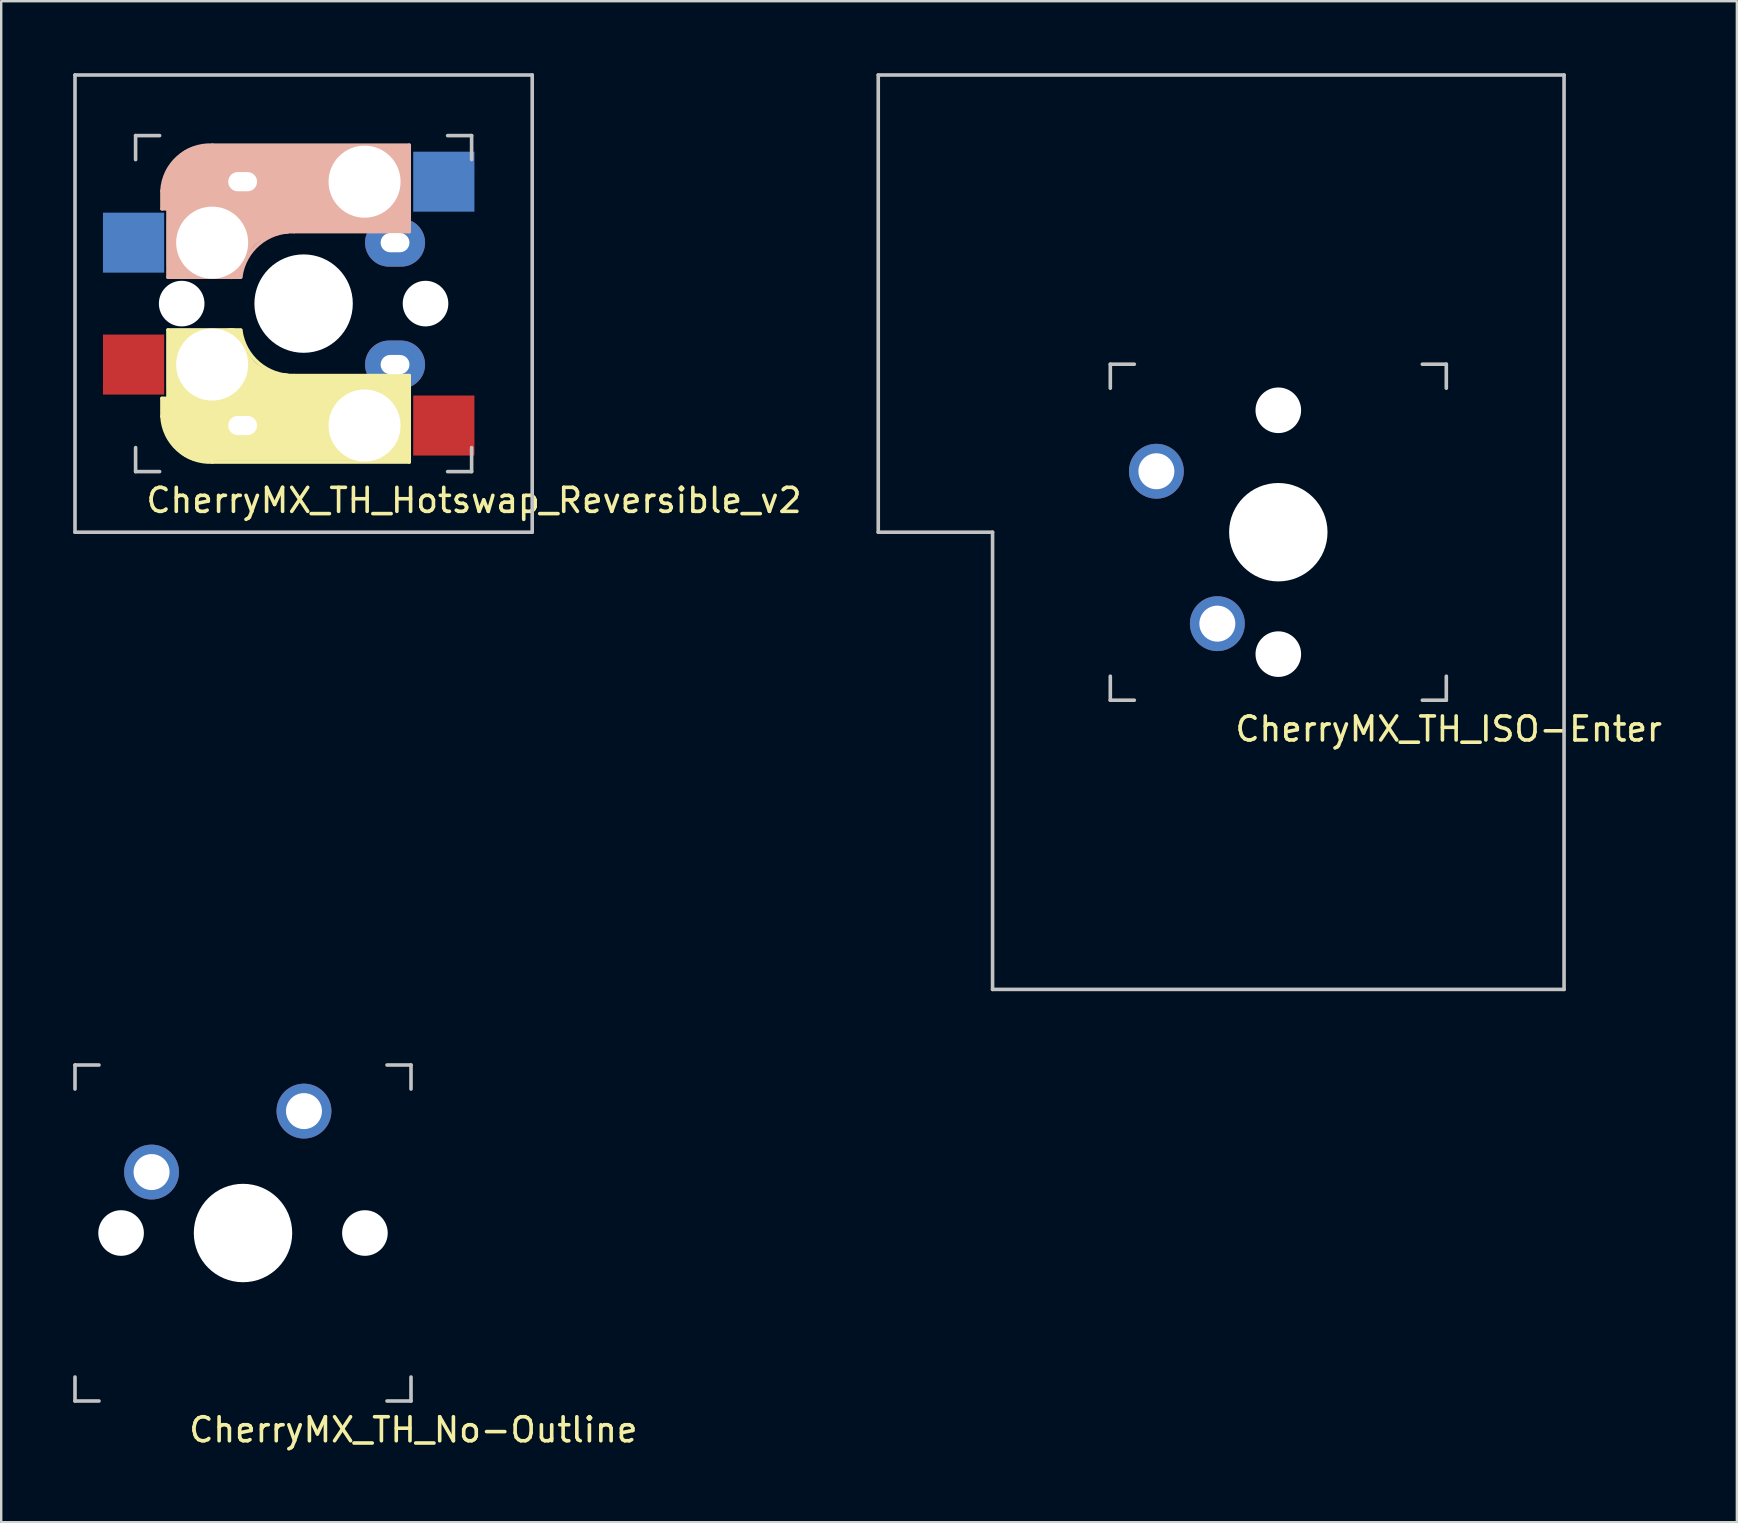
<source format=kicad_pcb>
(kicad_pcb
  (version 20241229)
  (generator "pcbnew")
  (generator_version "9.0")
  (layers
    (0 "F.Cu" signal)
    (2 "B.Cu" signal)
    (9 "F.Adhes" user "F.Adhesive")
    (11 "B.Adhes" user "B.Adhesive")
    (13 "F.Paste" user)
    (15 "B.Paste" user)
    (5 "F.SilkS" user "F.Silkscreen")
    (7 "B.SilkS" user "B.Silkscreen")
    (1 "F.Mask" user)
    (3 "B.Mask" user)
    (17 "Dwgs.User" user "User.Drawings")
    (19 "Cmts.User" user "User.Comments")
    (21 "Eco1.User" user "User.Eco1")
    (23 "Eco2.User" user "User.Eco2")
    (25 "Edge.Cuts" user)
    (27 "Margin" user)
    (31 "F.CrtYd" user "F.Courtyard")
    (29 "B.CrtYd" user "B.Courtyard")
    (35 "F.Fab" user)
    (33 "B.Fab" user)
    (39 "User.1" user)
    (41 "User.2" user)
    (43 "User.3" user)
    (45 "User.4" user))
  (footprint "CherryMX_TH_Hotswap_Reversible_v2"
    (layer "F.Cu")
    (at 9.6 9.6)
    (property "Reference" "CherryMX_TH_Hotswap_Reversible_v2" (at 7.1 8.2 0) (layer "F.SilkS") (effects (font (size 1 1) (thickness 0.15))))
    (attr through_hole)
    (fp_line (start -5.9 3.95) (end -5.7 3.95) (stroke (width 0.15) (type solid)) (layer "F.SilkS"))
    (fp_line (start -5.9 4.7) (end -5.9 3.95) (stroke (width 0.15) (type solid)) (layer "F.SilkS"))
    (fp_line (start -5.8 4.05) (end -5.8 4.7) (stroke (width 0.3) (type solid)) (layer "F.SilkS"))
    (fp_line (start -5.65 1.1) (end -2.62 1.1) (stroke (width 0.15) (type solid)) (layer "F.SilkS"))
    (fp_line (start -5.65 5.55) (end -5.65 1.1) (stroke (width 0.15) (type solid)) (layer "F.SilkS"))
    (fp_line (start -5.45 1.3) (end -3 1.3) (stroke (width 0.5) (type solid)) (layer "F.SilkS"))
    (fp_line (start -5.3 1.6) (end -5.3 3.4) (stroke (width 0.8) (type solid)) (layer "F.SilkS"))
    (fp_line (start -4.17 5.1) (end -4.17 2.86) (stroke (width 3) (type solid)) (layer "F.SilkS"))
    (fp_line (start -0.4 3) (end 4.4 3) (stroke (width 0.15) (type solid)) (layer "F.SilkS"))
    (fp_line (start 2.6 4.8) (end -4.1 4.8) (stroke (width 3.5) (type solid)) (layer "F.SilkS"))
    (fp_line (start 3.9 6) (end 3.9 3.5) (stroke (width 1) (type solid)) (layer "F.SilkS"))
    (fp_line (start 4.2 3.25) (end 2.9 3.3) (stroke (width 0.5) (type solid)) (layer "F.SilkS"))
    (fp_line (start 4.25 6.4) (end 3 6.4) (stroke (width 0.4) (type solid)) (layer "F.SilkS"))
    (fp_line (start 4.38 4) (end 4.38 6.25) (stroke (width 0.15) (type solid)) (layer "F.SilkS"))
    (fp_line (start 4.4 3) (end 4.4 6.6) (stroke (width 0.15) (type solid)) (layer "F.SilkS"))
    (fp_line (start 4.4 6.6) (end -3.8 6.6) (stroke (width 0.15) (type solid)) (layer "F.SilkS"))
    (fp_arc (start -3.800001 6.6) (mid -5.243504 6.084924) (end -5.9 4.699999) (stroke (width 0.15) (type solid)) (layer "F.SilkS"))
    (fp_arc (start -0.8 3.4) (mid -2.268709 2.886118) (end -3.016318 1.521471) (stroke (width 1) (type solid)) (layer "F.SilkS"))
    (fp_arc (start -0.4 3) (mid -1.868709 2.486118) (end -2.616318 1.121471) (stroke (width 0.15) (type solid)) (layer "F.SilkS"))
    (fp_line (start -5.9 -4.7) (end -5.9 -3.95) (stroke (width 0.15) (type solid)) (layer "B.SilkS"))
    (fp_line (start -5.9 -3.95) (end -5.7 -3.95) (stroke (width 0.15) (type solid)) (layer "B.SilkS"))
    (fp_line (start -5.8 -4.05) (end -5.8 -4.7) (stroke (width 0.3) (type solid)) (layer "B.SilkS"))
    (fp_line (start -5.65 -5.55) (end -5.65 -1.1) (stroke (width 0.15) (type solid)) (layer "B.SilkS"))
    (fp_line (start -5.65 -1.1) (end -2.62 -1.1) (stroke (width 0.15) (type solid)) (layer "B.SilkS"))
    (fp_line (start -5.45 -1.3) (end -3 -1.3) (stroke (width 0.5) (type solid)) (layer "B.SilkS"))
    (fp_line (start -5.3 -1.6) (end -5.3 -3.4) (stroke (width 0.8) (type solid)) (layer "B.SilkS"))
    (fp_line (start -4.17 -5.1) (end -4.17 -2.86) (stroke (width 3) (type solid)) (layer "B.SilkS"))
    (fp_line (start -0.4 -3) (end 4.4 -3) (stroke (width 0.15) (type solid)) (layer "B.SilkS"))
    (fp_line (start 2.6 -4.8) (end -4.1 -4.8) (stroke (width 3.5) (type solid)) (layer "B.SilkS"))
    (fp_line (start 3.9 -6) (end 3.9 -3.5) (stroke (width 1) (type solid)) (layer "B.SilkS"))
    (fp_line (start 4.2 -3.25) (end 2.9 -3.3) (stroke (width 0.5) (type solid)) (layer "B.SilkS"))
    (fp_line (start 4.25 -6.4) (end 3 -6.4) (stroke (width 0.4) (type solid)) (layer "B.SilkS"))
    (fp_line (start 4.38 -4) (end 4.38 -6.25) (stroke (width 0.15) (type solid)) (layer "B.SilkS"))
    (fp_line (start 4.4 -6.6) (end -3.8 -6.6) (stroke (width 0.15) (type solid)) (layer "B.SilkS"))
    (fp_line (start 4.4 -3) (end 4.4 -6.6) (stroke (width 0.15) (type solid)) (layer "B.SilkS"))
    (fp_arc (start -5.9 -4.699999) (mid -5.243504 -6.084924) (end -3.800001 -6.6) (stroke (width 0.15) (type solid)) (layer "B.SilkS"))
    (fp_arc (start -3.016318 -1.521471) (mid -2.268709 -2.886118) (end -0.8 -3.4) (stroke (width 1) (type solid)) (layer "B.SilkS"))
    (fp_arc (start -2.616318 -1.121471) (mid -1.868709 -2.486118) (end -0.4 -3) (stroke (width 0.15) (type solid)) (layer "B.SilkS"))
    (fp_line (start -9.525 -9.525) (end 9.525 -9.525) (stroke (width 0.15) (type solid)) (layer "Dwgs.User"))
    (fp_line (start -9.525 9.525) (end -9.525 -9.525) (stroke (width 0.15) (type solid)) (layer "Dwgs.User"))
    (fp_line (start -7 -7) (end -6 -7) (stroke (width 0.15) (type solid)) (layer "Dwgs.User"))
    (fp_line (start -7 -6) (end -7 -7) (stroke (width 0.15) (type solid)) (layer "Dwgs.User"))
    (fp_line (start -7 6) (end -7 7) (stroke (width 0.15) (type solid)) (layer "Dwgs.User"))
    (fp_line (start -7 7) (end -6 7) (stroke (width 0.15) (type solid)) (layer "Dwgs.User"))
    (fp_line (start 6 7) (end 7 7) (stroke (width 0.15) (type solid)) (layer "Dwgs.User"))
    (fp_line (start 7 -7) (end 6 -7) (stroke (width 0.15) (type solid)) (layer "Dwgs.User"))
    (fp_line (start 7 -7) (end 7 -6) (stroke (width 0.15) (type solid)) (layer "Dwgs.User"))
    (fp_line (start 7 7) (end 7 6) (stroke (width 0.15) (type solid)) (layer "Dwgs.User"))
    (fp_line (start 9.525 -9.525) (end 9.525 9.525) (stroke (width 0.15) (type solid)) (layer "Dwgs.User"))
    (fp_line (start 9.525 9.525) (end -9.525 9.525) (stroke (width 0.15) (type solid)) (layer "Dwgs.User"))
    (pad "" np_thru_hole circle (at -5.08 0) (size 1.9 1.9) (drill 1.9) (layers "*.Cu" "*.Mask"))
    (pad "" np_thru_hole circle (at -3.81 -2.54) (size 3 3) (drill 3) (layers "*.Cu" "*.Mask"))
    (pad "" np_thru_hole circle (at -3.81 2.54) (size 3 3) (drill 3) (layers "*.Cu" "*.Mask"))
    (pad "" np_thru_hole circle (at 0 0 90) (size 4.1 4.1) (drill 4.1) (layers "*.Cu" "*.Mask"))
    (pad "" np_thru_hole circle (at 2.54 -5.08) (size 3 3) (drill 3) (layers "*.Cu" "*.Mask"))
    (pad "" np_thru_hole circle (at 2.54 5.08) (size 3 3) (drill 3) (layers "*.Cu" "*.Mask"))
    (pad "" np_thru_hole circle (at 5.08 0) (size 1.9 1.9) (drill 1.9) (layers "*.Cu" "*.Mask"))
    (pad "1" smd rect (at -7.085 -2.54 180) (size 2.55 2.5) (layers "B.Cu" "B.Mask" "B.Paste"))
    (pad "1" smd rect (at -7.085 2.54 180) (size 2.55 2.5) (layers "F.Cu" "F.Mask" "F.Paste"))
    (pad "1" thru_hole oval (at -2.54 -5.08) (size 2.5 2) (drill oval 1.2 0.8) (layers "*.Cu" "F.Mask"))
    (pad "1" thru_hole oval (at -2.54 5.08) (size 2.5 2) (drill oval 1.2 0.8) (layers "*.Cu" "B.Mask"))
    (pad "2" thru_hole oval (at 3.81 -2.54) (size 2.5 2) (drill oval 1.2 0.8) (layers "*.Cu" "F.Mask"))
    (pad "2" thru_hole oval (at 3.81 2.54) (size 2.5 2) (drill oval 1.2 0.8) (layers "*.Cu" "B.Mask"))
    (pad "2" smd rect (at 5.842 -5.08 180) (size 2.55 2.5) (layers "B.Cu" "B.Mask" "B.Paste"))
    (pad "2" smd rect (at 5.842 5.08 180) (size 2.55 2.5) (layers "F.Cu" "F.Mask" "F.Paste")))
  (footprint "CherryMX_TH_No-Outline"
    (layer "F.Cu")
    (at 7.075 48.325)
    (property "Reference" "CherryMX_TH_No-Outline" (at 7.1 8.2 0) (layer "F.SilkS") (effects (font (size 1 1) (thickness 0.15))))
    (attr through_hole)
    (fp_line (start -7 -7) (end -6 -7) (stroke (width 0.15) (type solid)) (layer "Dwgs.User"))
    (fp_line (start -7 -6) (end -7 -7) (stroke (width 0.15) (type solid)) (layer "Dwgs.User"))
    (fp_line (start -7 6) (end -7 7) (stroke (width 0.15) (type solid)) (layer "Dwgs.User"))
    (fp_line (start -7 7) (end -6 7) (stroke (width 0.15) (type solid)) (layer "Dwgs.User"))
    (fp_line (start 6 7) (end 7 7) (stroke (width 0.15) (type solid)) (layer "Dwgs.User"))
    (fp_line (start 7 -7) (end 6 -7) (stroke (width 0.15) (type solid)) (layer "Dwgs.User"))
    (fp_line (start 7 -7) (end 7 -6) (stroke (width 0.15) (type solid)) (layer "Dwgs.User"))
    (fp_line (start 7 7) (end 7 6) (stroke (width 0.15) (type solid)) (layer "Dwgs.User"))
    (pad "" np_thru_hole circle (at -5.08 0) (size 1.9 1.9) (drill 1.9) (layers "*.Cu" "*.Mask"))
    (pad "" np_thru_hole circle (at 0 0 90) (size 4.1 4.1) (drill 4.1) (layers "*.Cu" "*.Mask"))
    (pad "" np_thru_hole circle (at 5.08 0) (size 1.9 1.9) (drill 1.9) (layers "*.Cu" "*.Mask"))
    (pad "1" thru_hole circle (at 2.54 -5.08) (size 2.286 2.286) (drill 1.499) (layers "*.Cu" "*.Mask"))
    (pad "2" thru_hole circle (at -3.81 -2.54) (size 2.286 2.286) (drill 1.499) (layers "*.Cu" "*.Mask")))
  (footprint "CherryMX_TH_ISO-Enter"
    (layer "F.Cu")
    (at 50.212 19.125)
    (property "Reference" "CherryMX_TH_ISO-Enter" (at 7.1 8.2 0) (layer "F.SilkS") (effects (font (size 1 1) (thickness 0.15))))
    (attr through_hole)
    (fp_line (start -16.669 -19.05) (end 11.906 -19.05) (stroke (width 0.15) (type solid)) (layer "Dwgs.User"))
    (fp_line (start -16.669 0) (end -16.669 -19.05) (stroke (width 0.15) (type solid)) (layer "Dwgs.User"))
    (fp_line (start -11.906 0) (end -16.669 0) (stroke (width 0.15) (type solid)) (layer "Dwgs.User"))
    (fp_line (start -11.906 19.05) (end -11.906 0) (stroke (width 0.15) (type solid)) (layer "Dwgs.User"))
    (fp_line (start -7 -7) (end -7 -6) (stroke (width 0.15) (type solid)) (layer "Dwgs.User"))
    (fp_line (start -7 -7) (end -6 -7) (stroke (width 0.15) (type solid)) (layer "Dwgs.User"))
    (fp_line (start -7 7) (end -7 6) (stroke (width 0.15) (type solid)) (layer "Dwgs.User"))
    (fp_line (start -6 7) (end -7 7) (stroke (width 0.15) (type solid)) (layer "Dwgs.User"))
    (fp_line (start 6 7) (end 7 7) (stroke (width 0.15) (type solid)) (layer "Dwgs.User"))
    (fp_line (start 7 -7) (end 6 -7) (stroke (width 0.15) (type solid)) (layer "Dwgs.User"))
    (fp_line (start 7 -6) (end 7 -7) (stroke (width 0.15) (type solid)) (layer "Dwgs.User"))
    (fp_line (start 7 7) (end 7 6) (stroke (width 0.15) (type solid)) (layer "Dwgs.User"))
    (fp_line (start 11.906 -19.05) (end 11.906 19.05) (stroke (width 0.15) (type solid)) (layer "Dwgs.User"))
    (fp_line (start 11.906 19.05) (end -11.906 19.05) (stroke (width 0.15) (type solid)) (layer "Dwgs.User"))
    (pad "" np_thru_hole circle (at 0 -5.08 90) (size 1.9 1.9) (drill 1.9) (layers "*.Cu" "*.Mask"))
    (pad "" np_thru_hole circle (at 0 0 270) (size 4.1 4.1) (drill 4.1) (layers "*.Cu" "*.Mask"))
    (pad "" np_thru_hole circle (at 0 5.08 90) (size 1.9 1.9) (drill 1.9) (layers "*.Cu" "*.Mask"))
    (pad "1" thru_hole circle (at -2.54 3.81 90) (size 2.286 2.286) (drill 1.499) (layers "*.Cu" "B.Mask"))
    (pad "2" thru_hole circle (at -5.08 -2.54 90) (size 2.286 2.286) (drill 1.499) (layers "*.Cu" "B.Mask")))
  (gr_rect
    (start -3 -3)
    (end 69.318 60.373)
    (stroke (width 0.1) (type default))
    (fill no)
    (layer "Edge.Cuts")))
</source>
